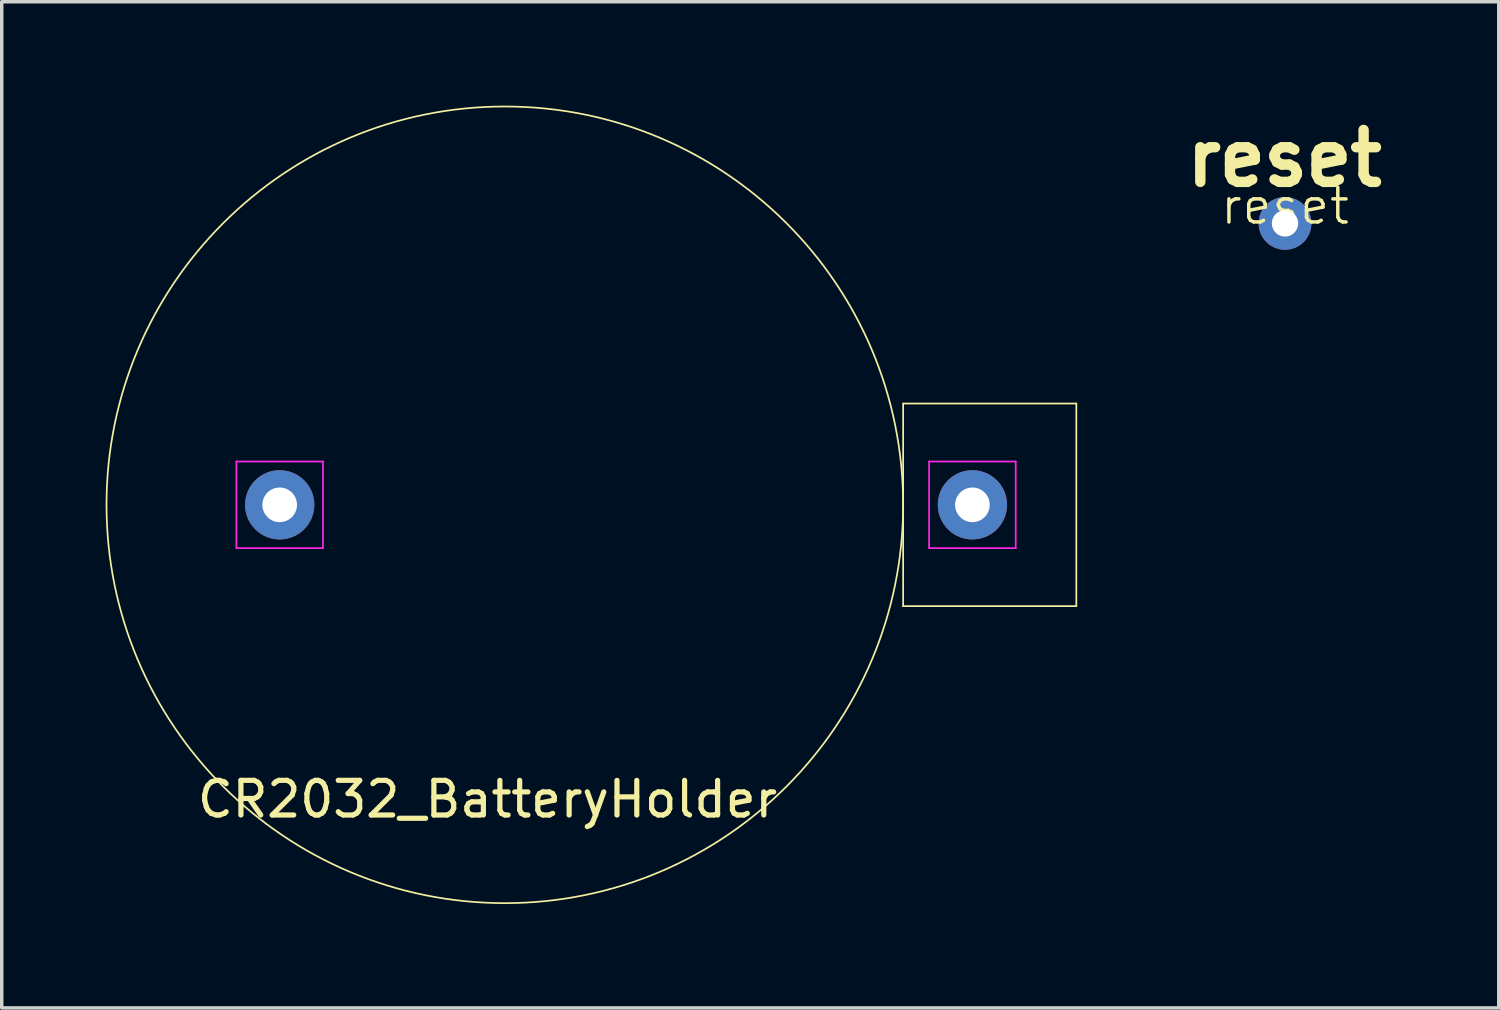
<source format=kicad_pcb>
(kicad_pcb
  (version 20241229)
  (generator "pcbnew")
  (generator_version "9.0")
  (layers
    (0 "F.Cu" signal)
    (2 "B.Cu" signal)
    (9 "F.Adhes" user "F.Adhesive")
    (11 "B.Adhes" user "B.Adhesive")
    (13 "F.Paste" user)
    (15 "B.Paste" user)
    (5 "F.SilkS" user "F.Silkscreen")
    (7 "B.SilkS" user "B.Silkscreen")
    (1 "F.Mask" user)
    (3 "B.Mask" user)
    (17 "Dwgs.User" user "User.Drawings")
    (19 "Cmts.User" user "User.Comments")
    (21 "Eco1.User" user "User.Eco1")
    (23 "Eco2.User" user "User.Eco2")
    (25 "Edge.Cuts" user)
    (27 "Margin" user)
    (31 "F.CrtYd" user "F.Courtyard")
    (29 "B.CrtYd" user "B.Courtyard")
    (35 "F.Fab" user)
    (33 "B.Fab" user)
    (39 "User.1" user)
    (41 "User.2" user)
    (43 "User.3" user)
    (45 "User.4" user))
  (footprint "reset"
    (layer "F.Cu")
    (at 34.05 3.4)
    (property "Reference" "reset" (at 0 -0.5 0) (unlocked yes) (layer "F.SilkS") (effects (font (size 1 1) (thickness 0.1))))
    (fp_text user "reset" (at -3 -1 0) (unlocked yes) (layer "F.SilkS") (effects (font (size 1.5 1.5) (thickness 0.3) (bold yes)) (justify left bottom)))
    (pad "1" thru_hole circle (at 0 0) (size 1.524 1.524) (drill 0.762) (layers "*.Cu" "*.Mask")))
  (footprint "CR2032_BatteryHolder"
    (layer "F.Cu")
    (at 21.025 11.525)
    (property "Reference" "CR2032_BatteryHolder" (at -10 8.5 0) (unlocked yes) (layer "F.SilkS") (effects (font (size 1 1) (thickness 0.15))))
    (attr through_hole)
    (fp_line (start 2 -2.925) (end 7 -2.925) (stroke (width 0.05) (type default)) (layer "F.SilkS"))
    (fp_line (start 2 0) (end 2 -2.925) (stroke (width 0.05) (type default)) (layer "F.SilkS"))
    (fp_line (start 2 2.925) (end 2 0) (stroke (width 0.05) (type default)) (layer "F.SilkS"))
    (fp_line (start 7 -2.925) (end 7 2.925) (stroke (width 0.05) (type default)) (layer "F.SilkS"))
    (fp_line (start 7 2.925) (end 2 2.925) (stroke (width 0.05) (type default)) (layer "F.SilkS"))
    (fp_circle (center -9.5 0) (end 2 0) (stroke (width 0.05) (type default)) (fill no) (layer "F.SilkS"))
    (fp_line (start -17.25 -1.25) (end -14.75 -1.25) (stroke (width 0.05) (type default)) (layer "F.CrtYd"))
    (fp_line (start -17.25 1.25) (end -17.25 -1.25) (stroke (width 0.05) (type default)) (layer "F.CrtYd"))
    (fp_line (start -14.75 -1.25) (end -14.75 1.25) (stroke (width 0.05) (type default)) (layer "F.CrtYd"))
    (fp_line (start -14.75 1.25) (end -17.25 1.25) (stroke (width 0.05) (type default)) (layer "F.CrtYd"))
    (fp_line (start 2.75 -1.25) (end 5.25 -1.25) (stroke (width 0.05) (type default)) (layer "F.CrtYd"))
    (fp_line (start 2.75 1.25) (end 2.75 -1.25) (stroke (width 0.05) (type default)) (layer "F.CrtYd"))
    (fp_line (start 5.25 -1.25) (end 5.25 1.25) (stroke (width 0.05) (type default)) (layer "F.CrtYd"))
    (fp_line (start 5.25 1.25) (end 2.75 1.25) (stroke (width 0.05) (type default)) (layer "F.CrtYd"))
    (pad "1" thru_hole circle (at 4 0) (size 2 2) (drill 1) (layers "*.Cu" "*.Mask"))
    (pad "2" thru_hole circle (at -16 0) (size 2 2) (drill 1) (layers "*.Cu" "*.Mask")))
  (gr_rect
    (start -3 -3)
    (end 40.221 26.05)
    (stroke (width 0.1) (type default))
    (fill no)
    (layer "Edge.Cuts")))
</source>
